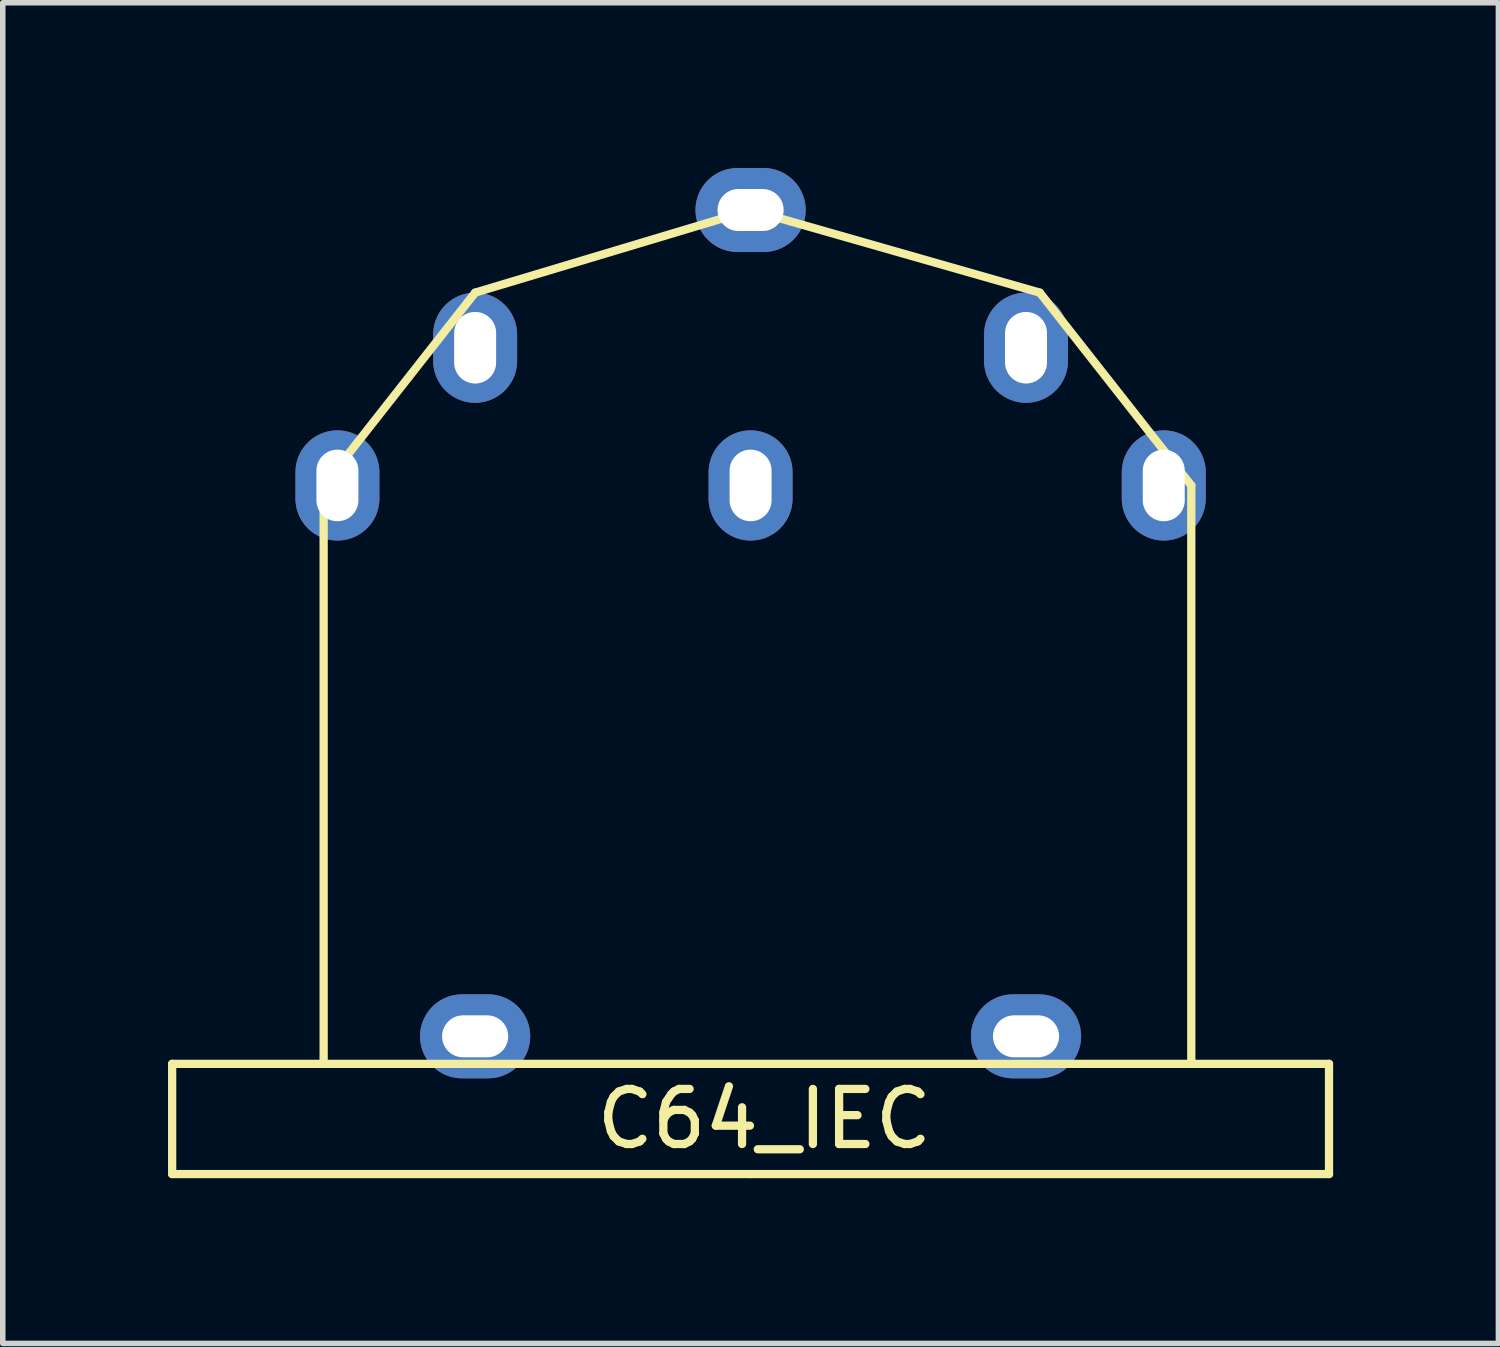
<source format=kicad_pcb>
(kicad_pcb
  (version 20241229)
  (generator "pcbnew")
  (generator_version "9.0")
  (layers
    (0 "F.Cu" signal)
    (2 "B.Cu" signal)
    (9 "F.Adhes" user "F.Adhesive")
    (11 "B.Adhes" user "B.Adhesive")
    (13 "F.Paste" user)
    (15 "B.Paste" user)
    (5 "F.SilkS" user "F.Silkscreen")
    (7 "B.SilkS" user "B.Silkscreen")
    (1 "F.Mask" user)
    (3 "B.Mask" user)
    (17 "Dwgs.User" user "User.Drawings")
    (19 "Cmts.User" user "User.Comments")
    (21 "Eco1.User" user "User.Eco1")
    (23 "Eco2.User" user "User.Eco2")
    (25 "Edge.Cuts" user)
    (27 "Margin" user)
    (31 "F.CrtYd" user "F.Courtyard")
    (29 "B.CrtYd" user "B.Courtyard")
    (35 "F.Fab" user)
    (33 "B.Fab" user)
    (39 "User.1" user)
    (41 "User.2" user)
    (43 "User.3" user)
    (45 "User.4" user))
  (footprint "C64_IEC"
    (layer "F.Cu")
    (at 10.575 5.762)
    (property "Reference" "C64_IEC" (at 0.25 11.5 0) (layer "F.SilkS") (effects (font (size 1 1) (thickness 0.15))))
    (attr through_hole)
    (fp_line (start -10.5 10.5) (end 10.5 10.5) (stroke (width 0.15) (type solid)) (layer "F.SilkS"))
    (fp_line (start -10.5 12.5) (end -10.5 10.5) (stroke (width 0.15) (type solid)) (layer "F.SilkS"))
    (fp_line (start -7.75 0) (end -5 -3.5) (stroke (width 0.15) (type solid)) (layer "F.SilkS"))
    (fp_line (start -7.75 10.5) (end -7.75 0) (stroke (width 0.15) (type solid)) (layer "F.SilkS"))
    (fp_line (start -5 -3.5) (end 0 -5) (stroke (width 0.15) (type solid)) (layer "F.SilkS"))
    (fp_line (start 0 -5) (end 5.25 -3.5) (stroke (width 0.15) (type solid)) (layer "F.SilkS"))
    (fp_line (start 0 12.5) (end -10.5 12.5) (stroke (width 0.15) (type solid)) (layer "F.SilkS"))
    (fp_line (start 0 12.5) (end 10.5 12.5) (stroke (width 0.15) (type solid)) (layer "F.SilkS"))
    (fp_line (start 5.25 -3.5) (end 8 0) (stroke (width 0.15) (type solid)) (layer "F.SilkS"))
    (fp_line (start 8 0) (end 8 10.5) (stroke (width 0.15) (type solid)) (layer "F.SilkS"))
    (fp_line (start 10.5 10.5) (end 10.5 12.5) (stroke (width 0.15) (type solid)) (layer "F.SilkS"))
    (pad "1" thru_hole oval (at 7.5 0) (size 1.524 2) (drill oval 0.762 1.3) (layers "*.Cu" "*.Mask"))
    (pad "2" thru_hole oval (at 5 -2.5) (size 1.524 2) (drill oval 0.762 1.3) (layers "*.Cu" "*.Mask"))
    (pad "3" thru_hole oval (at 0 0) (size 1.524 2) (drill oval 0.762 1.3) (layers "*.Cu" "*.Mask"))
    (pad "4" thru_hole oval (at -5 -2.5) (size 1.524 2) (drill oval 0.762 1.3) (layers "*.Cu" "*.Mask"))
    (pad "5" thru_hole oval (at -7.5 0) (size 1.524 2) (drill oval 0.762 1.3) (layers "*.Cu" "*.Mask"))
    (pad "6" thru_hole oval (at 0 -5) (size 2 1.524) (drill oval 1.2 0.762) (layers "*.Cu" "*.Mask"))
    (pad "7" thru_hole oval (at -5 10) (size 2 1.524) (drill oval 1.2 0.762) (layers "*.Cu" "*.Mask"))
    (pad "8" thru_hole oval (at 5 10) (size 2 1.524) (drill oval 1.2 0.762) (layers "*.Cu" "*.Mask")))
  (gr_rect
    (start -3 -3)
    (end 24.15 21.337)
    (stroke (width 0.1) (type default))
    (fill no)
    (layer "Edge.Cuts")))
</source>
